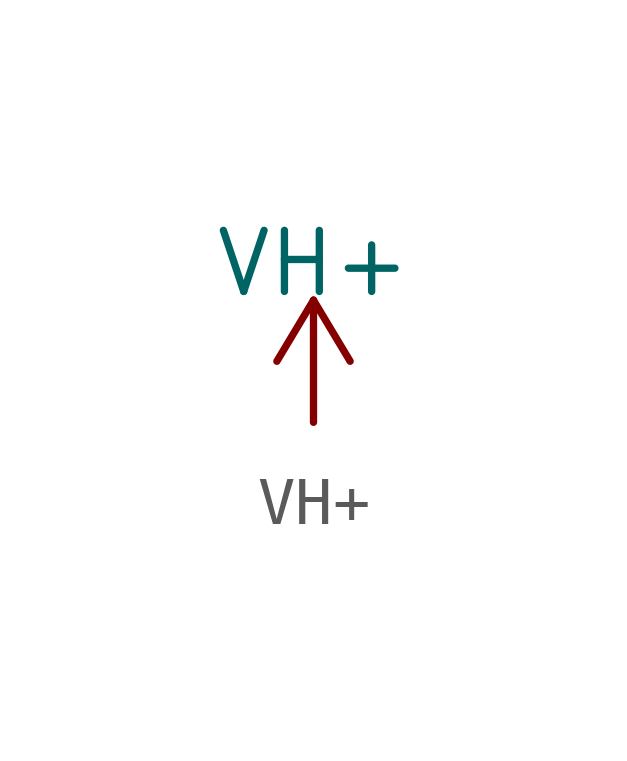
<source format=kicad_sym>
(kicad_symbol_lib
  (version 20231120)
  (generator "kicad_symbol_editor")
  (generator_version "8.0")
  (symbol "VH+"
    (power)
    (pin_names
      (offset 0))
    (property "Reference" "#PWR"
      (at 0 -3.81 0)
      (effects (font (size 1.27 1.27)) (hide yes)))
    (property "Value" "VH+"
      (at 0 3.302 0)
      (effects (font (size 1.27 1.27))))
    (symbol "VH+_0_1"
      (polyline (pts (xy -0.762 1.27) (xy 0 2.54)) (stroke (width 0) (type default)) (fill (type none)))
      (polyline (pts (xy 0 0) (xy 0 2.54)) (stroke (width 0) (type default)) (fill (type none)))
      (polyline (pts (xy 0 2.54) (xy 0.762 1.27)) (stroke (width 0) (type default)) (fill (type none))))
    (symbol "VH+_1_1"
      (pin power_in line (at 0 0 90) (length 0) hide (name "VH+" (effects (font (size 1.27 1.27)))) (number "1" (effects (font (size 1.27 1.27))))))))
</source>
